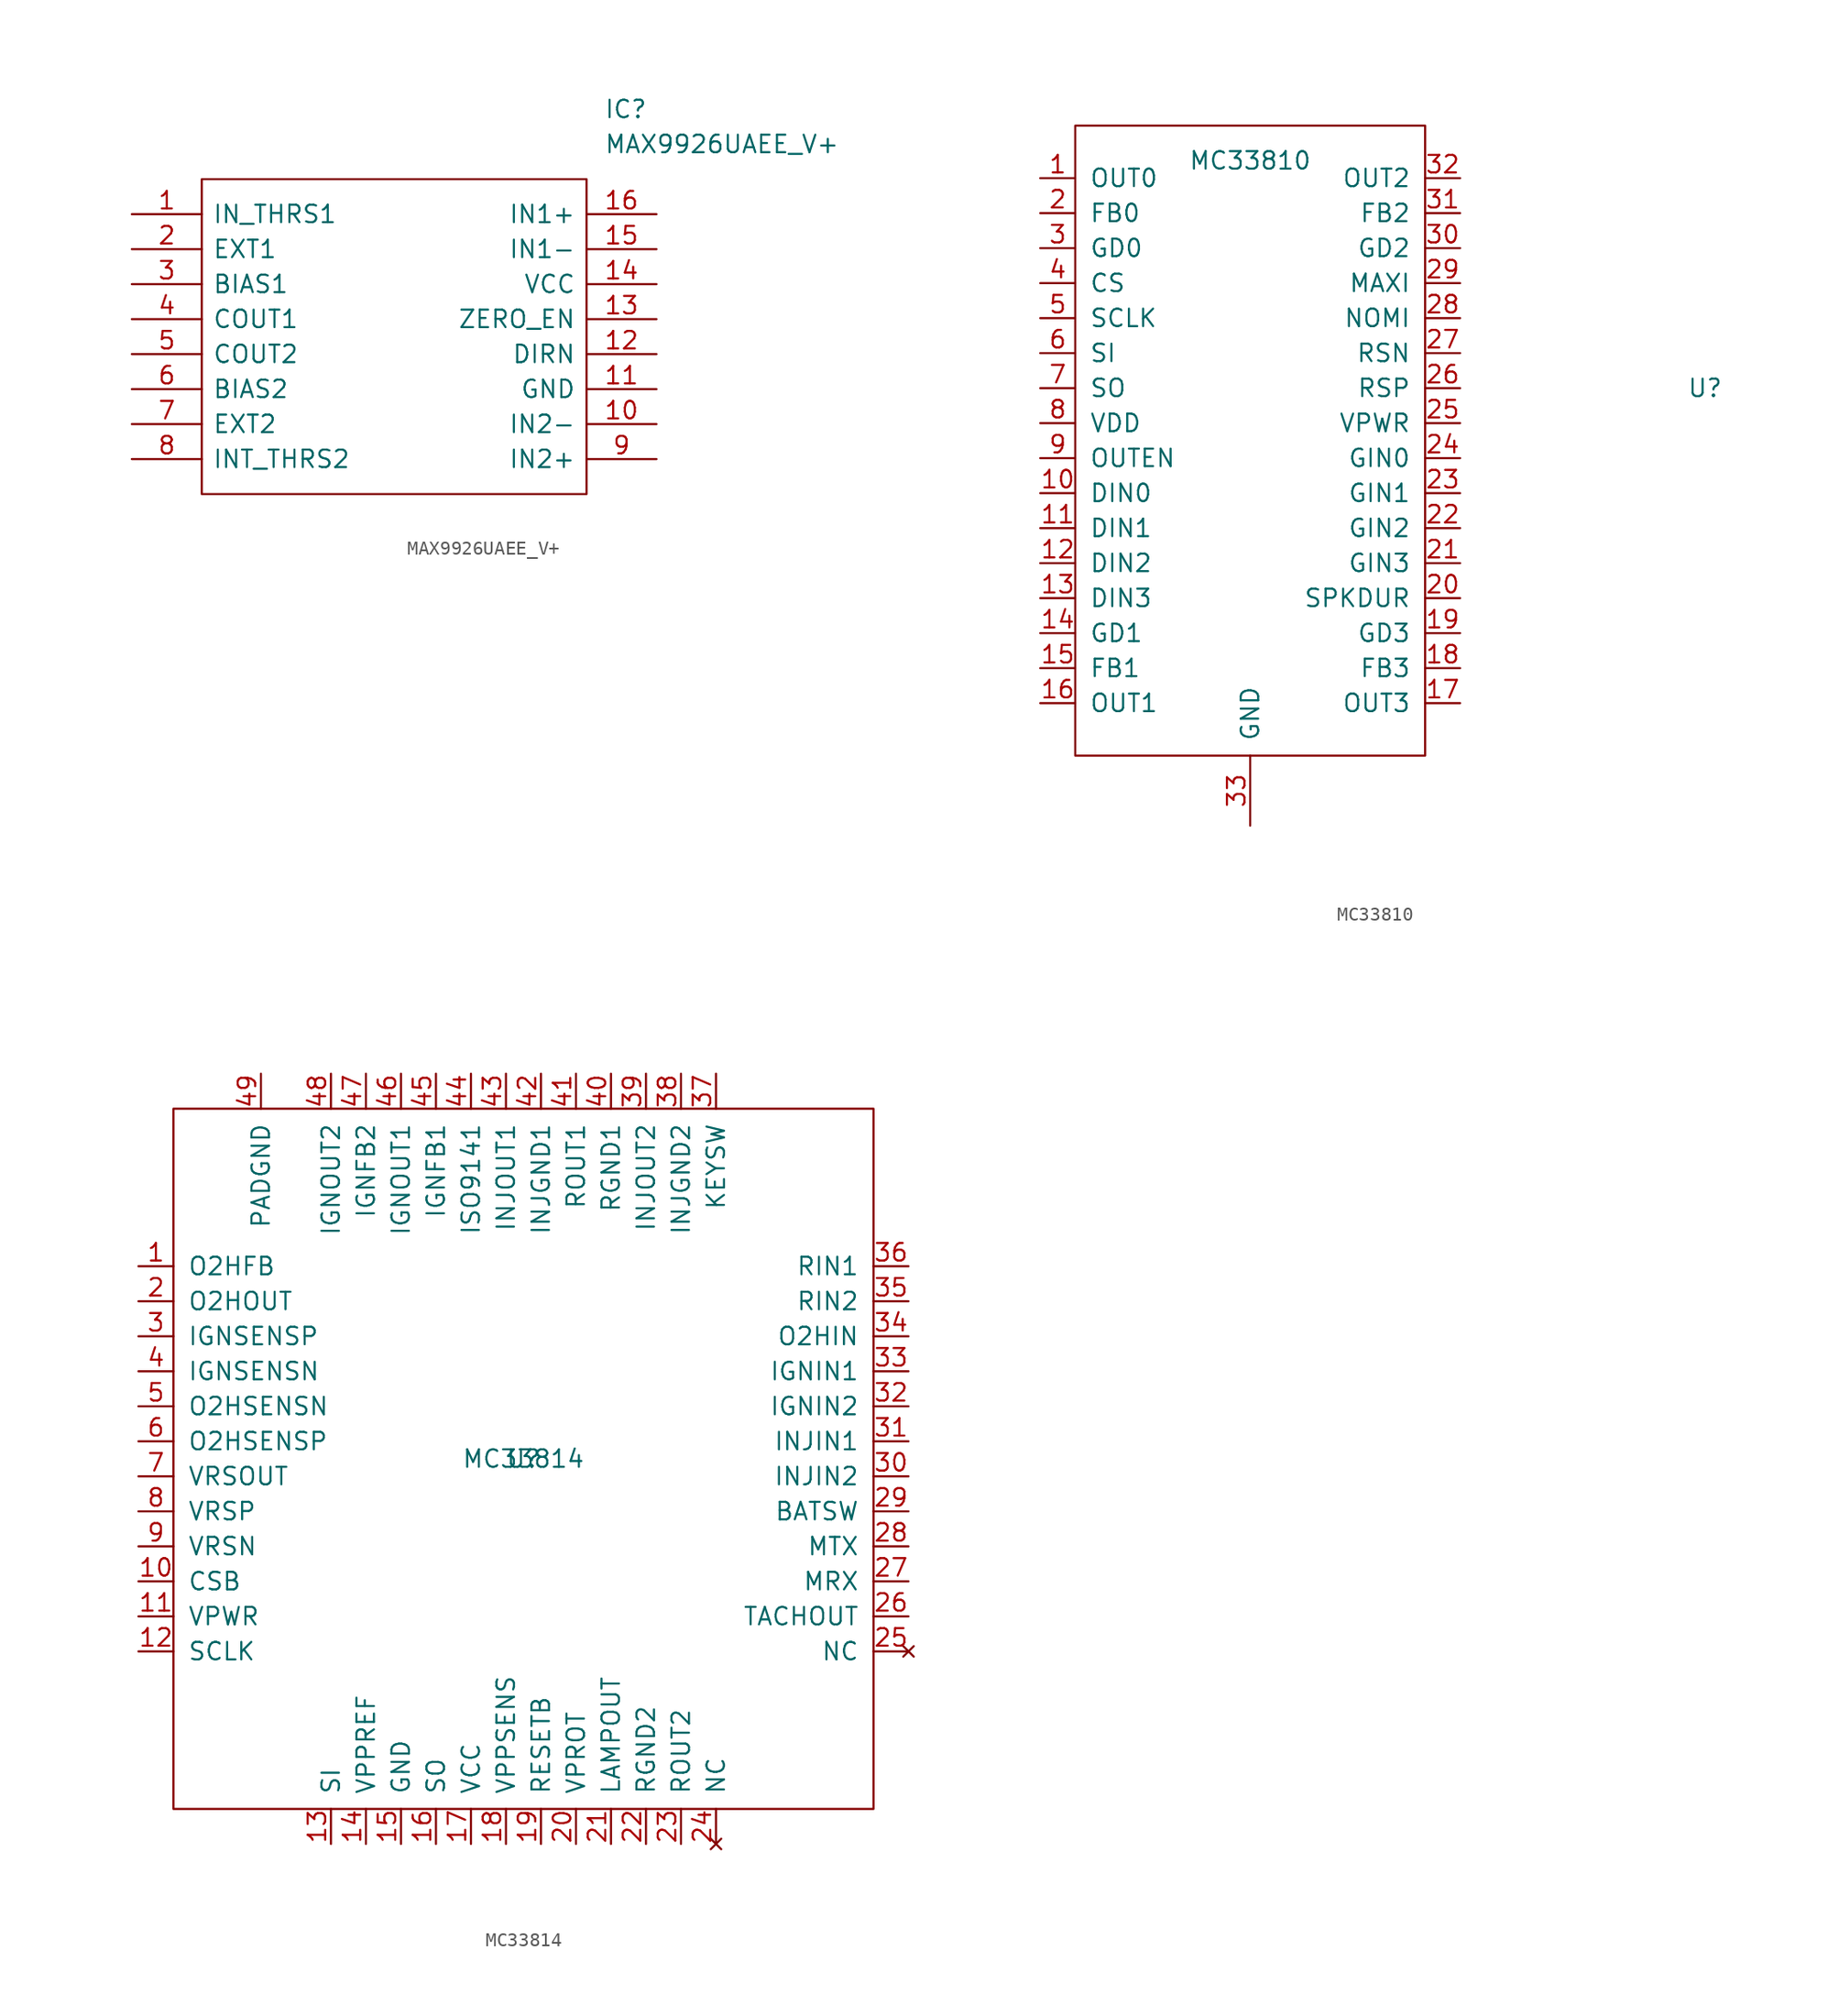
<source format=kicad_sym>
(kicad_symbol_lib
  (version 20241209)
  (generator "kicad_symbol_editor")
  (generator_version "9.0")
  (symbol "MAX9926UAEE_V+"
    (pin_names
      (offset 0.762))
    (property "Reference" "IC"
      (at 34.29 7.62 0)
      (effects (font (size 1.27 1.27)) (justify left)))
    (property "Value" "MAX9926UAEE_V+"
      (at 34.29 5.08 0)
      (effects (font (size 1.27 1.27)) (justify left)))
    (symbol "MAX9926UAEE_V+_0_0"
      (pin input line (at 0 0 0) (length 5.08) (name "IN_THRS1" (effects (font (size 1.27 1.27)))) (number "1" (effects (font (size 1.27 1.27)))))
      (pin input line (at 0 -2.54 0) (length 5.08) (name "EXT1" (effects (font (size 1.27 1.27)))) (number "2" (effects (font (size 1.27 1.27)))))
      (pin input line (at 0 -5.08 0) (length 5.08) (name "BIAS1" (effects (font (size 1.27 1.27)))) (number "3" (effects (font (size 1.27 1.27)))))
      (pin output line (at 0 -7.62 0) (length 5.08) (name "COUT1" (effects (font (size 1.27 1.27)))) (number "4" (effects (font (size 1.27 1.27)))))
      (pin output line (at 0 -10.16 0) (length 5.08) (name "COUT2" (effects (font (size 1.27 1.27)))) (number "5" (effects (font (size 1.27 1.27)))))
      (pin input line (at 0 -12.7 0) (length 5.08) (name "BIAS2" (effects (font (size 1.27 1.27)))) (number "6" (effects (font (size 1.27 1.27)))))
      (pin input line (at 0 -15.24 0) (length 5.08) (name "EXT2" (effects (font (size 1.27 1.27)))) (number "7" (effects (font (size 1.27 1.27)))))
      (pin input line (at 0 -17.78 0) (length 5.08) (name "INT_THRS2" (effects (font (size 1.27 1.27)))) (number "8" (effects (font (size 1.27 1.27)))))
      (pin input line (at 38.1 0 180) (length 5.08) (name "IN1+" (effects (font (size 1.27 1.27)))) (number "16" (effects (font (size 1.27 1.27)))))
      (pin input line (at 38.1 -2.54 180) (length 5.08) (name "IN1-" (effects (font (size 1.27 1.27)))) (number "15" (effects (font (size 1.27 1.27)))))
      (pin power_in line (at 38.1 -5.08 180) (length 5.08) (name "VCC" (effects (font (size 1.27 1.27)))) (number "14" (effects (font (size 1.27 1.27)))))
      (pin input line (at 38.1 -7.62 180) (length 5.08) (name "ZERO_EN" (effects (font (size 1.27 1.27)))) (number "13" (effects (font (size 1.27 1.27)))))
      (pin output line (at 38.1 -10.16 180) (length 5.08) (name "DIRN" (effects (font (size 1.27 1.27)))) (number "12" (effects (font (size 1.27 1.27)))))
      (pin power_in line (at 38.1 -12.7 180) (length 5.08) (name "GND" (effects (font (size 1.27 1.27)))) (number "11" (effects (font (size 1.27 1.27)))))
      (pin input line (at 38.1 -15.24 180) (length 5.08) (name "IN2-" (effects (font (size 1.27 1.27)))) (number "10" (effects (font (size 1.27 1.27)))))
      (pin input line (at 38.1 -17.78 180) (length 5.08) (name "IN2+" (effects (font (size 1.27 1.27)))) (number "9" (effects (font (size 1.27 1.27))))))
    (symbol "MAX9926UAEE_V+_0_1"
      (polyline (pts (xy 5.08 2.54) (xy 33.02 2.54) (xy 33.02 -20.32) (xy 5.08 -20.32) (xy 5.08 2.54)) (stroke (width 0.152) (type solid)) (fill (type none)))))
  (symbol "MC33810"
    (pin_names
      (offset 1.016))
    (property "Reference" "U"
      (at 20.32 17.78 0)
      (effects (font (size 1.27 1.27))))
    (property "Value" "MC33810"
      (at -12.7 34.29 0)
      (effects (font (size 1.27 1.27))))
    (symbol "MC33810_0_0"
      (pin power_in line (at -12.7 -13.97 90) (length 5.08) (name "GND" (effects (font (size 1.27 1.27)))) (number "33" (effects (font (size 1.27 1.27))))))
    (symbol "MC33810_0_1"
      (rectangle (start -25.4 36.83) (end 0 -8.89) (stroke (width 0) (type solid)) (fill (type none))))
    (symbol "MC33810_1_1"
      (pin output line (at -27.94 33.02 0) (length 2.54) (name "OUT0" (effects (font (size 1.27 1.27)))) (number "1" (effects (font (size 1.27 1.27)))))
      (pin input line (at -27.94 30.48 0) (length 2.54) (name "FB0" (effects (font (size 1.27 1.27)))) (number "2" (effects (font (size 1.27 1.27)))))
      (pin output line (at -27.94 27.94 0) (length 2.54) (name "GD0" (effects (font (size 1.27 1.27)))) (number "3" (effects (font (size 1.27 1.27)))))
      (pin input line (at -27.94 25.4 0) (length 2.54) (name "CS" (effects (font (size 1.27 1.27)))) (number "4" (effects (font (size 1.27 1.27)))))
      (pin input line (at -27.94 22.86 0) (length 2.54) (name "SCLK" (effects (font (size 1.27 1.27)))) (number "5" (effects (font (size 1.27 1.27)))))
      (pin input line (at -27.94 20.32 0) (length 2.54) (name "SI" (effects (font (size 1.27 1.27)))) (number "6" (effects (font (size 1.27 1.27)))))
      (pin output line (at -27.94 17.78 0) (length 2.54) (name "SO" (effects (font (size 1.27 1.27)))) (number "7" (effects (font (size 1.27 1.27)))))
      (pin input line (at -27.94 15.24 0) (length 2.54) (name "VDD" (effects (font (size 1.27 1.27)))) (number "8" (effects (font (size 1.27 1.27)))))
      (pin input line (at -27.94 12.7 0) (length 2.54) (name "OUTEN" (effects (font (size 1.27 1.27)))) (number "9" (effects (font (size 1.27 1.27)))))
      (pin input line (at -27.94 10.16 0) (length 2.54) (name "DIN0" (effects (font (size 1.27 1.27)))) (number "10" (effects (font (size 1.27 1.27)))))
      (pin input line (at -27.94 7.62 0) (length 2.54) (name "DIN1" (effects (font (size 1.27 1.27)))) (number "11" (effects (font (size 1.27 1.27)))))
      (pin input line (at -27.94 5.08 0) (length 2.54) (name "DIN2" (effects (font (size 1.27 1.27)))) (number "12" (effects (font (size 1.27 1.27)))))
      (pin input line (at -27.94 2.54 0) (length 2.54) (name "DIN3" (effects (font (size 1.27 1.27)))) (number "13" (effects (font (size 1.27 1.27)))))
      (pin output line (at -27.94 0 0) (length 2.54) (name "GD1" (effects (font (size 1.27 1.27)))) (number "14" (effects (font (size 1.27 1.27)))))
      (pin input line (at -27.94 -2.54 0) (length 2.54) (name "FB1" (effects (font (size 1.27 1.27)))) (number "15" (effects (font (size 1.27 1.27)))))
      (pin output line (at -27.94 -5.08 0) (length 2.54) (name "OUT1" (effects (font (size 1.27 1.27)))) (number "16" (effects (font (size 1.27 1.27)))))
      (pin output line (at 2.54 33.02 180) (length 2.54) (name "OUT2" (effects (font (size 1.27 1.27)))) (number "32" (effects (font (size 1.27 1.27)))))
      (pin input line (at 2.54 30.48 180) (length 2.54) (name "FB2" (effects (font (size 1.27 1.27)))) (number "31" (effects (font (size 1.27 1.27)))))
      (pin output line (at 2.54 27.94 180) (length 2.54) (name "GD2" (effects (font (size 1.27 1.27)))) (number "30" (effects (font (size 1.27 1.27)))))
      (pin output line (at 2.54 25.4 180) (length 2.54) (name "MAXI" (effects (font (size 1.27 1.27)))) (number "29" (effects (font (size 1.27 1.27)))))
      (pin output line (at 2.54 22.86 180) (length 2.54) (name "NOMI" (effects (font (size 1.27 1.27)))) (number "28" (effects (font (size 1.27 1.27)))))
      (pin input line (at 2.54 20.32 180) (length 2.54) (name "RSN" (effects (font (size 1.27 1.27)))) (number "27" (effects (font (size 1.27 1.27)))))
      (pin input line (at 2.54 17.78 180) (length 2.54) (name "RSP" (effects (font (size 1.27 1.27)))) (number "26" (effects (font (size 1.27 1.27)))))
      (pin power_in line (at 2.54 15.24 180) (length 2.54) (name "VPWR" (effects (font (size 1.27 1.27)))) (number "25" (effects (font (size 1.27 1.27)))))
      (pin input line (at 2.54 12.7 180) (length 2.54) (name "GIN0" (effects (font (size 1.27 1.27)))) (number "24" (effects (font (size 1.27 1.27)))))
      (pin input line (at 2.54 10.16 180) (length 2.54) (name "GIN1" (effects (font (size 1.27 1.27)))) (number "23" (effects (font (size 1.27 1.27)))))
      (pin input line (at 2.54 7.62 180) (length 2.54) (name "GIN2" (effects (font (size 1.27 1.27)))) (number "22" (effects (font (size 1.27 1.27)))))
      (pin input line (at 2.54 5.08 180) (length 2.54) (name "GIN3" (effects (font (size 1.27 1.27)))) (number "21" (effects (font (size 1.27 1.27)))))
      (pin output line (at 2.54 2.54 180) (length 2.54) (name "SPKDUR" (effects (font (size 1.27 1.27)))) (number "20" (effects (font (size 1.27 1.27)))))
      (pin output line (at 2.54 0 180) (length 2.54) (name "GD3" (effects (font (size 1.27 1.27)))) (number "19" (effects (font (size 1.27 1.27)))))
      (pin input line (at 2.54 -2.54 180) (length 2.54) (name "FB3" (effects (font (size 1.27 1.27)))) (number "18" (effects (font (size 1.27 1.27)))))
      (pin output line (at 2.54 -5.08 180) (length 2.54) (name "OUT3" (effects (font (size 1.27 1.27)))) (number "17" (effects (font (size 1.27 1.27)))))))
  (symbol "MC33814"
    (pin_names
      (offset 1.016))
    (property "Reference" "U"
      (at 0 0 0)
      (effects (font (size 1.27 1.27))))
    (property "Value" "MC33814"
      (at 0 0 0)
      (effects (font (size 1.27 1.27))))
    (symbol "MC33814_0_1"
      (rectangle (start -25.4 25.4) (end 25.4 -25.4) (stroke (width 0) (type solid)) (fill (type none))))
    (symbol "MC33814_1_1"
      (pin input line (at -27.94 13.97 0) (length 2.54) (name "O2HFB" (effects (font (size 1.27 1.27)))) (number "1" (effects (font (size 1.27 1.27)))))
      (pin output line (at -27.94 11.43 0) (length 2.54) (name "O2HOUT" (effects (font (size 1.27 1.27)))) (number "2" (effects (font (size 1.27 1.27)))))
      (pin input line (at -27.94 8.89 0) (length 2.54) (name "IGNSENSP" (effects (font (size 1.27 1.27)))) (number "3" (effects (font (size 1.27 1.27)))))
      (pin input line (at -27.94 6.35 0) (length 2.54) (name "IGNSENSN" (effects (font (size 1.27 1.27)))) (number "4" (effects (font (size 1.27 1.27)))))
      (pin input line (at -27.94 3.81 0) (length 2.54) (name "O2HSENSN" (effects (font (size 1.27 1.27)))) (number "5" (effects (font (size 1.27 1.27)))))
      (pin input line (at -27.94 1.27 0) (length 2.54) (name "O2HSENSP" (effects (font (size 1.27 1.27)))) (number "6" (effects (font (size 1.27 1.27)))))
      (pin output line (at -27.94 -1.27 0) (length 2.54) (name "VRSOUT" (effects (font (size 1.27 1.27)))) (number "7" (effects (font (size 1.27 1.27)))))
      (pin input line (at -27.94 -3.81 0) (length 2.54) (name "VRSP" (effects (font (size 1.27 1.27)))) (number "8" (effects (font (size 1.27 1.27)))))
      (pin input line (at -27.94 -6.35 0) (length 2.54) (name "VRSN" (effects (font (size 1.27 1.27)))) (number "9" (effects (font (size 1.27 1.27)))))
      (pin input line (at -27.94 -8.89 0) (length 2.54) (name "CSB" (effects (font (size 1.27 1.27)))) (number "10" (effects (font (size 1.27 1.27)))))
      (pin power_in line (at -27.94 -11.43 0) (length 2.54) (name "VPWR" (effects (font (size 1.27 1.27)))) (number "11" (effects (font (size 1.27 1.27)))))
      (pin input line (at -27.94 -13.97 0) (length 2.54) (name "SCLK" (effects (font (size 1.27 1.27)))) (number "12" (effects (font (size 1.27 1.27)))))
      (pin power_in line (at -19.05 27.94 270) (length 2.54) (name "PADGND" (effects (font (size 1.27 1.27)))) (number "49" (effects (font (size 1.27 1.27)))))
      (pin output line (at -13.97 27.94 270) (length 2.54) (name "IGNOUT2" (effects (font (size 1.27 1.27)))) (number "48" (effects (font (size 1.27 1.27)))))
      (pin input line (at -13.97 -27.94 90) (length 2.54) (name "SI" (effects (font (size 1.27 1.27)))) (number "13" (effects (font (size 1.27 1.27)))))
      (pin input line (at -11.43 27.94 270) (length 2.54) (name "IGNFB2" (effects (font (size 1.27 1.27)))) (number "47" (effects (font (size 1.27 1.27)))))
      (pin output line (at -11.43 -27.94 90) (length 2.54) (name "VPPREF" (effects (font (size 1.27 1.27)))) (number "14" (effects (font (size 1.27 1.27)))))
      (pin output line (at -8.89 27.94 270) (length 2.54) (name "IGNOUT1" (effects (font (size 1.27 1.27)))) (number "46" (effects (font (size 1.27 1.27)))))
      (pin power_in line (at -8.89 -27.94 90) (length 2.54) (name "GND" (effects (font (size 1.27 1.27)))) (number "15" (effects (font (size 1.27 1.27)))))
      (pin input line (at -6.35 27.94 270) (length 2.54) (name "IGNFB1" (effects (font (size 1.27 1.27)))) (number "45" (effects (font (size 1.27 1.27)))))
      (pin output line (at -6.35 -27.94 90) (length 2.54) (name "SO" (effects (font (size 1.27 1.27)))) (number "16" (effects (font (size 1.27 1.27)))))
      (pin bidirectional line (at -3.81 27.94 270) (length 2.54) (name "ISO9141" (effects (font (size 1.27 1.27)))) (number "44" (effects (font (size 1.27 1.27)))))
      (pin power_out line (at -3.81 -27.94 90) (length 2.54) (name "VCC" (effects (font (size 1.27 1.27)))) (number "17" (effects (font (size 1.27 1.27)))))
      (pin output line (at -1.27 27.94 270) (length 2.54) (name "INJOUT1" (effects (font (size 1.27 1.27)))) (number "43" (effects (font (size 1.27 1.27)))))
      (pin input line (at -1.27 -27.94 90) (length 2.54) (name "VPPSENS" (effects (font (size 1.27 1.27)))) (number "18" (effects (font (size 1.27 1.27)))))
      (pin power_out line (at 1.27 27.94 270) (length 2.54) (name "INJGND1" (effects (font (size 1.27 1.27)))) (number "42" (effects (font (size 1.27 1.27)))))
      (pin output line (at 1.27 -27.94 90) (length 2.54) (name "RESETB" (effects (font (size 1.27 1.27)))) (number "19" (effects (font (size 1.27 1.27)))))
      (pin output line (at 3.81 27.94 270) (length 2.54) (name "ROUT1" (effects (font (size 1.27 1.27)))) (number "41" (effects (font (size 1.27 1.27)))))
      (pin power_out line (at 3.81 -27.94 90) (length 2.54) (name "VPROT" (effects (font (size 1.27 1.27)))) (number "20" (effects (font (size 1.27 1.27)))))
      (pin power_out line (at 6.35 27.94 270) (length 2.54) (name "RGND1" (effects (font (size 1.27 1.27)))) (number "40" (effects (font (size 1.27 1.27)))))
      (pin output line (at 6.35 -27.94 90) (length 2.54) (name "LAMPOUT" (effects (font (size 1.27 1.27)))) (number "21" (effects (font (size 1.27 1.27)))))
      (pin output line (at 8.89 27.94 270) (length 2.54) (name "INJOUT2" (effects (font (size 1.27 1.27)))) (number "39" (effects (font (size 1.27 1.27)))))
      (pin power_out line (at 8.89 -27.94 90) (length 2.54) (name "RGND2" (effects (font (size 1.27 1.27)))) (number "22" (effects (font (size 1.27 1.27)))))
      (pin power_out line (at 11.43 27.94 270) (length 2.54) (name "INJGND2" (effects (font (size 1.27 1.27)))) (number "38" (effects (font (size 1.27 1.27)))))
      (pin output line (at 11.43 -27.94 90) (length 2.54) (name "ROUT2" (effects (font (size 1.27 1.27)))) (number "23" (effects (font (size 1.27 1.27)))))
      (pin input line (at 13.97 27.94 270) (length 2.54) (name "KEYSW" (effects (font (size 1.27 1.27)))) (number "37" (effects (font (size 1.27 1.27)))))
      (pin no_connect line (at 13.97 -27.94 90) (length 2.54) (name "NC" (effects (font (size 1.27 1.27)))) (number "24" (effects (font (size 1.27 1.27)))))
      (pin input line (at 27.94 13.97 180) (length 2.54) (name "RIN1" (effects (font (size 1.27 1.27)))) (number "36" (effects (font (size 1.27 1.27)))))
      (pin input line (at 27.94 11.43 180) (length 2.54) (name "RIN2" (effects (font (size 1.27 1.27)))) (number "35" (effects (font (size 1.27 1.27)))))
      (pin input line (at 27.94 8.89 180) (length 2.54) (name "O2HIN" (effects (font (size 1.27 1.27)))) (number "34" (effects (font (size 1.27 1.27)))))
      (pin input line (at 27.94 6.35 180) (length 2.54) (name "IGNIN1" (effects (font (size 1.27 1.27)))) (number "33" (effects (font (size 1.27 1.27)))))
      (pin input line (at 27.94 3.81 180) (length 2.54) (name "IGNIN2" (effects (font (size 1.27 1.27)))) (number "32" (effects (font (size 1.27 1.27)))))
      (pin input line (at 27.94 1.27 180) (length 2.54) (name "INJIN1" (effects (font (size 1.27 1.27)))) (number "31" (effects (font (size 1.27 1.27)))))
      (pin input line (at 27.94 -1.27 180) (length 2.54) (name "INJIN2" (effects (font (size 1.27 1.27)))) (number "30" (effects (font (size 1.27 1.27)))))
      (pin output line (at 27.94 -3.81 180) (length 2.54) (name "BATSW" (effects (font (size 1.27 1.27)))) (number "29" (effects (font (size 1.27 1.27)))))
      (pin input line (at 27.94 -6.35 180) (length 2.54) (name "MTX" (effects (font (size 1.27 1.27)))) (number "28" (effects (font (size 1.27 1.27)))))
      (pin output line (at 27.94 -8.89 180) (length 2.54) (name "MRX" (effects (font (size 1.27 1.27)))) (number "27" (effects (font (size 1.27 1.27)))))
      (pin output line (at 27.94 -11.43 180) (length 2.54) (name "TACHOUT" (effects (font (size 1.27 1.27)))) (number "26" (effects (font (size 1.27 1.27)))))
      (pin no_connect line (at 27.94 -13.97 180) (length 2.54) (name "NC" (effects (font (size 1.27 1.27)))) (number "25" (effects (font (size 1.27 1.27))))))))
</source>
